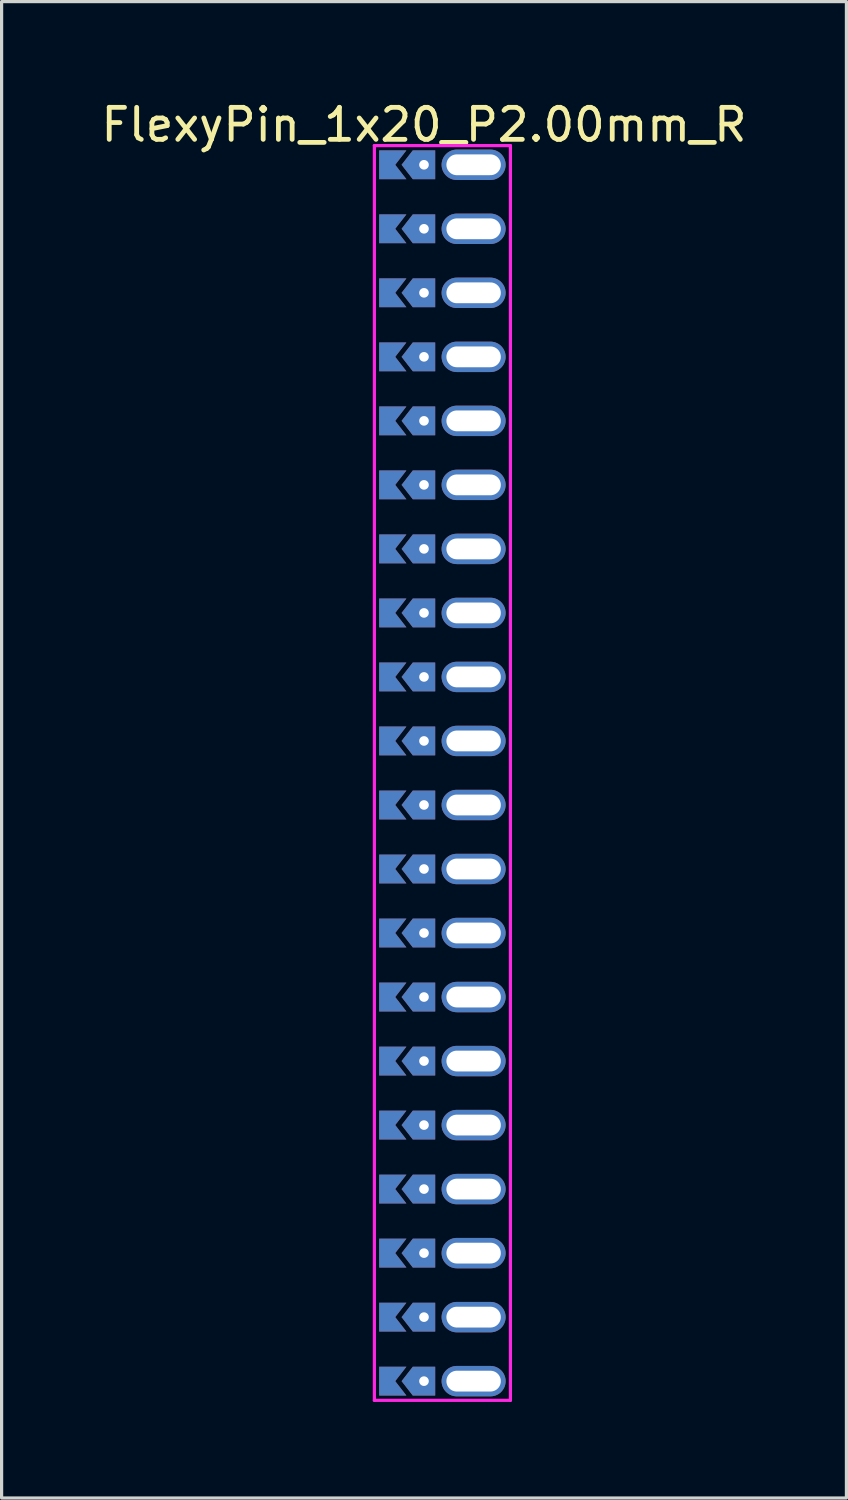
<source format=kicad_pcb>
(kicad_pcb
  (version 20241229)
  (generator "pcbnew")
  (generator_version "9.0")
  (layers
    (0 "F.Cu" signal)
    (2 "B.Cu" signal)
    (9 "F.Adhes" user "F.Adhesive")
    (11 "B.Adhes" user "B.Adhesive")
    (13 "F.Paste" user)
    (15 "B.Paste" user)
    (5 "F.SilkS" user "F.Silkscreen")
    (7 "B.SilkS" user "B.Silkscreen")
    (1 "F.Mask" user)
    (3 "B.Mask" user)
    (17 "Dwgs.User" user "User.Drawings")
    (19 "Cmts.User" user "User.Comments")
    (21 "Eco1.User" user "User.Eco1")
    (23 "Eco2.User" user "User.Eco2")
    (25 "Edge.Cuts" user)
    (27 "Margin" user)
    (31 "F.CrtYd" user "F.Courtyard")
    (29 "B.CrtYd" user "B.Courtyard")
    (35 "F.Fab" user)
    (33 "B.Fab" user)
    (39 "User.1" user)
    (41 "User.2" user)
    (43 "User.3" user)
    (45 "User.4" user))
  (footprint "FlexyPin_1x20_P2.00mm_R"
    (layer "F.Cu")
    (at 10.196 2.098)
    (property "Reference" "FlexyPin_1x20_P2.00mm_R" (at 0 -1.25 0) (layer "F.SilkS") (effects (font (size 1 1) (thickness 0.15))))
    (attr through_hole)
    (fp_line (start -1.55 -0.6) (end 2.7 -0.6) (stroke (width 0.1) (type solid)) (layer "F.CrtYd"))
    (fp_line (start -1.55 38.6) (end -1.55 -0.6) (stroke (width 0.1) (type solid)) (layer "F.CrtYd"))
    (fp_line (start 2.7 -0.6) (end 2.7 38.6) (stroke (width 0.1) (type solid)) (layer "F.CrtYd"))
    (fp_line (start 2.7 38.6) (end -1.55 38.6) (stroke (width 0.1) (type solid)) (layer "F.CrtYd"))
    (pad "" thru_hole custom (at 0 0) (size 0.3 0.3) (drill 0.6) (layers "*.Cu" "*.Mask") (options (anchor rect)) (primitives (gr_poly (pts (xy 0.35 0.45) (xy 0.35 -0.45) (xy -0.35 -0.45) (xy -0.7 0) (xy -0.35 0.45)) (width 0) (fill yes))))
    (pad "" thru_hole custom (at 0 2) (size 0.3 0.3) (drill 0.6) (layers "*.Cu" "*.Mask") (options (anchor rect)) (primitives (gr_poly (pts (xy 0.35 0.45) (xy 0.35 -0.45) (xy -0.35 -0.45) (xy -0.7 0) (xy -0.35 0.45)) (width 0) (fill yes))))
    (pad "" thru_hole custom (at 0 4) (size 0.3 0.3) (drill 0.6) (layers "*.Cu" "*.Mask") (options (anchor rect)) (primitives (gr_poly (pts (xy 0.35 0.45) (xy 0.35 -0.45) (xy -0.35 -0.45) (xy -0.7 0) (xy -0.35 0.45)) (width 0) (fill yes))))
    (pad "" thru_hole custom (at 0 6) (size 0.3 0.3) (drill 0.6) (layers "*.Cu" "*.Mask") (options (anchor rect)) (primitives (gr_poly (pts (xy 0.35 0.45) (xy 0.35 -0.45) (xy -0.35 -0.45) (xy -0.7 0) (xy -0.35 0.45)) (width 0) (fill yes))))
    (pad "" thru_hole custom (at 0 8) (size 0.3 0.3) (drill 0.6) (layers "*.Cu" "*.Mask") (options (anchor rect)) (primitives (gr_poly (pts (xy 0.35 0.45) (xy 0.35 -0.45) (xy -0.35 -0.45) (xy -0.7 0) (xy -0.35 0.45)) (width 0) (fill yes))))
    (pad "" thru_hole custom (at 0 10) (size 0.3 0.3) (drill 0.6) (layers "*.Cu" "*.Mask") (options (anchor rect)) (primitives (gr_poly (pts (xy 0.35 0.45) (xy 0.35 -0.45) (xy -0.35 -0.45) (xy -0.7 0) (xy -0.35 0.45)) (width 0) (fill yes))))
    (pad "" thru_hole custom (at 0 12) (size 0.3 0.3) (drill 0.6) (layers "*.Cu" "*.Mask") (options (anchor rect)) (primitives (gr_poly (pts (xy 0.35 0.45) (xy 0.35 -0.45) (xy -0.35 -0.45) (xy -0.7 0) (xy -0.35 0.45)) (width 0) (fill yes))))
    (pad "" thru_hole custom (at 0 14) (size 0.3 0.3) (drill 0.6) (layers "*.Cu" "*.Mask") (options (anchor rect)) (primitives (gr_poly (pts (xy 0.35 0.45) (xy 0.35 -0.45) (xy -0.35 -0.45) (xy -0.7 0) (xy -0.35 0.45)) (width 0) (fill yes))))
    (pad "" thru_hole custom (at 0 16) (size 0.3 0.3) (drill 0.6) (layers "*.Cu" "*.Mask") (options (anchor rect)) (primitives (gr_poly (pts (xy 0.35 0.45) (xy 0.35 -0.45) (xy -0.35 -0.45) (xy -0.7 0) (xy -0.35 0.45)) (width 0) (fill yes))))
    (pad "" thru_hole custom (at 0 18) (size 0.3 0.3) (drill 0.6) (layers "*.Cu" "*.Mask") (options (anchor rect)) (primitives (gr_poly (pts (xy 0.35 0.45) (xy 0.35 -0.45) (xy -0.35 -0.45) (xy -0.7 0) (xy -0.35 0.45)) (width 0) (fill yes))))
    (pad "" thru_hole custom (at 0 20) (size 0.3 0.3) (drill 0.6) (layers "*.Cu" "*.Mask") (options (anchor rect)) (primitives (gr_poly (pts (xy 0.35 0.45) (xy 0.35 -0.45) (xy -0.35 -0.45) (xy -0.7 0) (xy -0.35 0.45)) (width 0) (fill yes))))
    (pad "" thru_hole custom (at 0 22) (size 0.3 0.3) (drill 0.6) (layers "*.Cu" "*.Mask") (options (anchor rect)) (primitives (gr_poly (pts (xy 0.35 0.45) (xy 0.35 -0.45) (xy -0.35 -0.45) (xy -0.7 0) (xy -0.35 0.45)) (width 0) (fill yes))))
    (pad "" thru_hole custom (at 0 24) (size 0.3 0.3) (drill 0.6) (layers "*.Cu" "*.Mask") (options (anchor rect)) (primitives (gr_poly (pts (xy 0.35 0.45) (xy 0.35 -0.45) (xy -0.35 -0.45) (xy -0.7 0) (xy -0.35 0.45)) (width 0) (fill yes))))
    (pad "" thru_hole custom (at 0 26) (size 0.3 0.3) (drill 0.6) (layers "*.Cu" "*.Mask") (options (anchor rect)) (primitives (gr_poly (pts (xy 0.35 0.45) (xy 0.35 -0.45) (xy -0.35 -0.45) (xy -0.7 0) (xy -0.35 0.45)) (width 0) (fill yes))))
    (pad "" thru_hole custom (at 0 28) (size 0.3 0.3) (drill 0.6) (layers "*.Cu" "*.Mask") (options (anchor rect)) (primitives (gr_poly (pts (xy 0.35 0.45) (xy 0.35 -0.45) (xy -0.35 -0.45) (xy -0.7 0) (xy -0.35 0.45)) (width 0) (fill yes))))
    (pad "" thru_hole custom (at 0 30) (size 0.3 0.3) (drill 0.6) (layers "*.Cu" "*.Mask") (options (anchor rect)) (primitives (gr_poly (pts (xy 0.35 0.45) (xy 0.35 -0.45) (xy -0.35 -0.45) (xy -0.7 0) (xy -0.35 0.45)) (width 0) (fill yes))))
    (pad "" thru_hole custom (at 0 32) (size 0.3 0.3) (drill 0.6) (layers "*.Cu" "*.Mask") (options (anchor rect)) (primitives (gr_poly (pts (xy 0.35 0.45) (xy 0.35 -0.45) (xy -0.35 -0.45) (xy -0.7 0) (xy -0.35 0.45)) (width 0) (fill yes))))
    (pad "" thru_hole custom (at 0 34) (size 0.3 0.3) (drill 0.6) (layers "*.Cu" "*.Mask") (options (anchor rect)) (primitives (gr_poly (pts (xy 0.35 0.45) (xy 0.35 -0.45) (xy -0.35 -0.45) (xy -0.7 0) (xy -0.35 0.45)) (width 0) (fill yes))))
    (pad "" thru_hole custom (at 0 36) (size 0.3 0.3) (drill 0.6) (layers "*.Cu" "*.Mask") (options (anchor rect)) (primitives (gr_poly (pts (xy 0.35 0.45) (xy 0.35 -0.45) (xy -0.35 -0.45) (xy -0.7 0) (xy -0.35 0.45)) (width 0) (fill yes))))
    (pad "" thru_hole custom (at 0 38) (size 0.3 0.3) (drill 0.6) (layers "*.Cu" "*.Mask") (options (anchor rect)) (primitives (gr_poly (pts (xy 0.35 0.45) (xy 0.35 -0.45) (xy -0.35 -0.45) (xy -0.7 0) (xy -0.35 0.45)) (width 0) (fill yes))))
    (pad "" thru_hole oval (at 1.55 0) (size 2 0.95) (drill oval 1.7 0.65) (layers "*.Cu" "*.Mask"))
    (pad "" thru_hole oval (at 1.55 2) (size 2 0.95) (drill oval 1.7 0.65) (layers "*.Cu" "*.Mask"))
    (pad "" thru_hole oval (at 1.55 4) (size 2 0.95) (drill oval 1.7 0.65) (layers "*.Cu" "*.Mask"))
    (pad "" thru_hole oval (at 1.55 6) (size 2 0.95) (drill oval 1.7 0.65) (layers "*.Cu" "*.Mask"))
    (pad "" thru_hole oval (at 1.55 8) (size 2 0.95) (drill oval 1.7 0.65) (layers "*.Cu" "*.Mask"))
    (pad "" thru_hole oval (at 1.55 10) (size 2 0.95) (drill oval 1.7 0.65) (layers "*.Cu" "*.Mask"))
    (pad "" thru_hole oval (at 1.55 12) (size 2 0.95) (drill oval 1.7 0.65) (layers "*.Cu" "*.Mask"))
    (pad "" thru_hole oval (at 1.55 14) (size 2 0.95) (drill oval 1.7 0.65) (layers "*.Cu" "*.Mask"))
    (pad "" thru_hole oval (at 1.55 16) (size 2 0.95) (drill oval 1.7 0.65) (layers "*.Cu" "*.Mask"))
    (pad "" thru_hole oval (at 1.55 18) (size 2 0.95) (drill oval 1.7 0.65) (layers "*.Cu" "*.Mask"))
    (pad "" thru_hole oval (at 1.55 20) (size 2 0.95) (drill oval 1.7 0.65) (layers "*.Cu" "*.Mask"))
    (pad "" thru_hole oval (at 1.55 22) (size 2 0.95) (drill oval 1.7 0.65) (layers "*.Cu" "*.Mask"))
    (pad "" thru_hole oval (at 1.55 24) (size 2 0.95) (drill oval 1.7 0.65) (layers "*.Cu" "*.Mask"))
    (pad "" thru_hole oval (at 1.55 26) (size 2 0.95) (drill oval 1.7 0.65) (layers "*.Cu" "*.Mask"))
    (pad "" thru_hole oval (at 1.55 28) (size 2 0.95) (drill oval 1.7 0.65) (layers "*.Cu" "*.Mask"))
    (pad "" thru_hole oval (at 1.55 30) (size 2 0.95) (drill oval 1.7 0.65) (layers "*.Cu" "*.Mask"))
    (pad "" thru_hole oval (at 1.55 32) (size 2 0.95) (drill oval 1.7 0.65) (layers "*.Cu" "*.Mask"))
    (pad "" thru_hole oval (at 1.55 34) (size 2 0.95) (drill oval 1.7 0.65) (layers "*.Cu" "*.Mask"))
    (pad "" thru_hole oval (at 1.55 36) (size 2 0.95) (drill oval 1.7 0.65) (layers "*.Cu" "*.Mask"))
    (pad "" thru_hole oval (at 1.55 38) (size 2 0.95) (drill oval 1.7 0.65) (layers "*.Cu" "*.Mask"))
    (pad "1" smd custom (at -0.9 0) (size 0.01 0.01) (layers "F.Cu" "F.Mask") (options (anchor rect)) (primitives (gr_poly (pts (xy 0 0) (xy 0.35 0.45) (xy -0.5 0.45) (xy -0.5 -0.45) (xy 0.35 -0.45)) (width 0) (fill yes))))
    (pad "1" smd custom (at -0.9 2) (size 0.01 0.01) (layers "F.Cu" "F.Mask") (options (anchor rect)) (primitives (gr_poly (pts (xy 0 0) (xy 0.35 0.45) (xy -0.5 0.45) (xy -0.5 -0.45) (xy 0.35 -0.45)) (width 0) (fill yes))))
    (pad "1" smd custom (at -0.9 4) (size 0.01 0.01) (layers "F.Cu" "F.Mask") (options (anchor rect)) (primitives (gr_poly (pts (xy 0 0) (xy 0.35 0.45) (xy -0.5 0.45) (xy -0.5 -0.45) (xy 0.35 -0.45)) (width 0) (fill yes))))
    (pad "1" smd custom (at -0.9 6) (size 0.01 0.01) (layers "F.Cu" "F.Mask") (options (anchor rect)) (primitives (gr_poly (pts (xy 0 0) (xy 0.35 0.45) (xy -0.5 0.45) (xy -0.5 -0.45) (xy 0.35 -0.45)) (width 0) (fill yes))))
    (pad "1" smd custom (at -0.9 8) (size 0.01 0.01) (layers "F.Cu" "F.Mask") (options (anchor rect)) (primitives (gr_poly (pts (xy 0 0) (xy 0.35 0.45) (xy -0.5 0.45) (xy -0.5 -0.45) (xy 0.35 -0.45)) (width 0) (fill yes))))
    (pad "1" smd custom (at -0.9 10) (size 0.01 0.01) (layers "F.Cu" "F.Mask") (options (anchor rect)) (primitives (gr_poly (pts (xy 0 0) (xy 0.35 0.45) (xy -0.5 0.45) (xy -0.5 -0.45) (xy 0.35 -0.45)) (width 0) (fill yes))))
    (pad "1" smd custom (at -0.9 12) (size 0.01 0.01) (layers "F.Cu" "F.Mask") (options (anchor rect)) (primitives (gr_poly (pts (xy 0 0) (xy 0.35 0.45) (xy -0.5 0.45) (xy -0.5 -0.45) (xy 0.35 -0.45)) (width 0) (fill yes))))
    (pad "1" smd custom (at -0.9 14) (size 0.01 0.01) (layers "F.Cu" "F.Mask") (options (anchor rect)) (primitives (gr_poly (pts (xy 0 0) (xy 0.35 0.45) (xy -0.5 0.45) (xy -0.5 -0.45) (xy 0.35 -0.45)) (width 0) (fill yes))))
    (pad "1" smd custom (at -0.9 16) (size 0.01 0.01) (layers "F.Cu" "F.Mask") (options (anchor rect)) (primitives (gr_poly (pts (xy 0 0) (xy 0.35 0.45) (xy -0.5 0.45) (xy -0.5 -0.45) (xy 0.35 -0.45)) (width 0) (fill yes))))
    (pad "1" smd custom (at -0.9 18) (size 0.01 0.01) (layers "F.Cu" "F.Mask") (options (anchor rect)) (primitives (gr_poly (pts (xy 0 0) (xy 0.35 0.45) (xy -0.5 0.45) (xy -0.5 -0.45) (xy 0.35 -0.45)) (width 0) (fill yes))))
    (pad "1" smd custom (at -0.9 20) (size 0.01 0.01) (layers "F.Cu" "F.Mask") (options (anchor rect)) (primitives (gr_poly (pts (xy 0 0) (xy 0.35 0.45) (xy -0.5 0.45) (xy -0.5 -0.45) (xy 0.35 -0.45)) (width 0) (fill yes))))
    (pad "1" smd custom (at -0.9 22) (size 0.01 0.01) (layers "F.Cu" "F.Mask") (options (anchor rect)) (primitives (gr_poly (pts (xy 0 0) (xy 0.35 0.45) (xy -0.5 0.45) (xy -0.5 -0.45) (xy 0.35 -0.45)) (width 0) (fill yes))))
    (pad "1" smd custom (at -0.9 24) (size 0.01 0.01) (layers "F.Cu" "F.Mask") (options (anchor rect)) (primitives (gr_poly (pts (xy 0 0) (xy 0.35 0.45) (xy -0.5 0.45) (xy -0.5 -0.45) (xy 0.35 -0.45)) (width 0) (fill yes))))
    (pad "1" smd custom (at -0.9 26) (size 0.01 0.01) (layers "F.Cu" "F.Mask") (options (anchor rect)) (primitives (gr_poly (pts (xy 0 0) (xy 0.35 0.45) (xy -0.5 0.45) (xy -0.5 -0.45) (xy 0.35 -0.45)) (width 0) (fill yes))))
    (pad "1" smd custom (at -0.9 28) (size 0.01 0.01) (layers "F.Cu" "F.Mask") (options (anchor rect)) (primitives (gr_poly (pts (xy 0 0) (xy 0.35 0.45) (xy -0.5 0.45) (xy -0.5 -0.45) (xy 0.35 -0.45)) (width 0) (fill yes))))
    (pad "1" smd custom (at -0.9 30) (size 0.01 0.01) (layers "F.Cu" "F.Mask") (options (anchor rect)) (primitives (gr_poly (pts (xy 0 0) (xy 0.35 0.45) (xy -0.5 0.45) (xy -0.5 -0.45) (xy 0.35 -0.45)) (width 0) (fill yes))))
    (pad "1" smd custom (at -0.9 32) (size 0.01 0.01) (layers "F.Cu" "F.Mask") (options (anchor rect)) (primitives (gr_poly (pts (xy 0 0) (xy 0.35 0.45) (xy -0.5 0.45) (xy -0.5 -0.45) (xy 0.35 -0.45)) (width 0) (fill yes))))
    (pad "1" smd custom (at -0.9 34) (size 0.01 0.01) (layers "F.Cu" "F.Mask") (options (anchor rect)) (primitives (gr_poly (pts (xy 0 0) (xy 0.35 0.45) (xy -0.5 0.45) (xy -0.5 -0.45) (xy 0.35 -0.45)) (width 0) (fill yes))))
    (pad "1" smd custom (at -0.9 36) (size 0.01 0.01) (layers "F.Cu" "F.Mask") (options (anchor rect)) (primitives (gr_poly (pts (xy 0 0) (xy 0.35 0.45) (xy -0.5 0.45) (xy -0.5 -0.45) (xy 0.35 -0.45)) (width 0) (fill yes))))
    (pad "1" smd custom (at -0.9 38) (size 0.01 0.01) (layers "F.Cu" "F.Mask") (options (anchor rect)) (primitives (gr_poly (pts (xy 0 0) (xy 0.35 0.45) (xy -0.5 0.45) (xy -0.5 -0.45) (xy 0.35 -0.45)) (width 0) (fill yes))))
    (pad "2" smd custom (at -0.9 0) (size 0.01 0.01) (layers "B.Cu" "B.Mask") (options (anchor rect)) (primitives (gr_poly (pts (xy 0 0) (xy 0.35 0.45) (xy -0.5 0.45) (xy -0.5 -0.45) (xy 0.35 -0.45)) (width 0) (fill yes))))
    (pad "2" smd custom (at -0.9 2) (size 0.01 0.01) (layers "B.Cu" "B.Mask") (options (anchor rect)) (primitives (gr_poly (pts (xy 0 0) (xy 0.35 0.45) (xy -0.5 0.45) (xy -0.5 -0.45) (xy 0.35 -0.45)) (width 0) (fill yes))))
    (pad "2" smd custom (at -0.9 4) (size 0.01 0.01) (layers "B.Cu" "B.Mask") (options (anchor rect)) (primitives (gr_poly (pts (xy 0 0) (xy 0.35 0.45) (xy -0.5 0.45) (xy -0.5 -0.45) (xy 0.35 -0.45)) (width 0) (fill yes))))
    (pad "2" smd custom (at -0.9 6) (size 0.01 0.01) (layers "B.Cu" "B.Mask") (options (anchor rect)) (primitives (gr_poly (pts (xy 0 0) (xy 0.35 0.45) (xy -0.5 0.45) (xy -0.5 -0.45) (xy 0.35 -0.45)) (width 0) (fill yes))))
    (pad "2" smd custom (at -0.9 8) (size 0.01 0.01) (layers "B.Cu" "B.Mask") (options (anchor rect)) (primitives (gr_poly (pts (xy 0 0) (xy 0.35 0.45) (xy -0.5 0.45) (xy -0.5 -0.45) (xy 0.35 -0.45)) (width 0) (fill yes))))
    (pad "2" smd custom (at -0.9 10) (size 0.01 0.01) (layers "B.Cu" "B.Mask") (options (anchor rect)) (primitives (gr_poly (pts (xy 0 0) (xy 0.35 0.45) (xy -0.5 0.45) (xy -0.5 -0.45) (xy 0.35 -0.45)) (width 0) (fill yes))))
    (pad "2" smd custom (at -0.9 12) (size 0.01 0.01) (layers "B.Cu" "B.Mask") (options (anchor rect)) (primitives (gr_poly (pts (xy 0 0) (xy 0.35 0.45) (xy -0.5 0.45) (xy -0.5 -0.45) (xy 0.35 -0.45)) (width 0) (fill yes))))
    (pad "2" smd custom (at -0.9 14) (size 0.01 0.01) (layers "B.Cu" "B.Mask") (options (anchor rect)) (primitives (gr_poly (pts (xy 0 0) (xy 0.35 0.45) (xy -0.5 0.45) (xy -0.5 -0.45) (xy 0.35 -0.45)) (width 0) (fill yes))))
    (pad "2" smd custom (at -0.9 16) (size 0.01 0.01) (layers "B.Cu" "B.Mask") (options (anchor rect)) (primitives (gr_poly (pts (xy 0 0) (xy 0.35 0.45) (xy -0.5 0.45) (xy -0.5 -0.45) (xy 0.35 -0.45)) (width 0) (fill yes))))
    (pad "2" smd custom (at -0.9 18) (size 0.01 0.01) (layers "B.Cu" "B.Mask") (options (anchor rect)) (primitives (gr_poly (pts (xy 0 0) (xy 0.35 0.45) (xy -0.5 0.45) (xy -0.5 -0.45) (xy 0.35 -0.45)) (width 0) (fill yes))))
    (pad "2" smd custom (at -0.9 20) (size 0.01 0.01) (layers "B.Cu" "B.Mask") (options (anchor rect)) (primitives (gr_poly (pts (xy 0 0) (xy 0.35 0.45) (xy -0.5 0.45) (xy -0.5 -0.45) (xy 0.35 -0.45)) (width 0) (fill yes))))
    (pad "2" smd custom (at -0.9 22) (size 0.01 0.01) (layers "B.Cu" "B.Mask") (options (anchor rect)) (primitives (gr_poly (pts (xy 0 0) (xy 0.35 0.45) (xy -0.5 0.45) (xy -0.5 -0.45) (xy 0.35 -0.45)) (width 0) (fill yes))))
    (pad "2" smd custom (at -0.9 24) (size 0.01 0.01) (layers "B.Cu" "B.Mask") (options (anchor rect)) (primitives (gr_poly (pts (xy 0 0) (xy 0.35 0.45) (xy -0.5 0.45) (xy -0.5 -0.45) (xy 0.35 -0.45)) (width 0) (fill yes))))
    (pad "2" smd custom (at -0.9 26) (size 0.01 0.01) (layers "B.Cu" "B.Mask") (options (anchor rect)) (primitives (gr_poly (pts (xy 0 0) (xy 0.35 0.45) (xy -0.5 0.45) (xy -0.5 -0.45) (xy 0.35 -0.45)) (width 0) (fill yes))))
    (pad "2" smd custom (at -0.9 28) (size 0.01 0.01) (layers "B.Cu" "B.Mask") (options (anchor rect)) (primitives (gr_poly (pts (xy 0 0) (xy 0.35 0.45) (xy -0.5 0.45) (xy -0.5 -0.45) (xy 0.35 -0.45)) (width 0) (fill yes))))
    (pad "2" smd custom (at -0.9 30) (size 0.01 0.01) (layers "B.Cu" "B.Mask") (options (anchor rect)) (primitives (gr_poly (pts (xy 0 0) (xy 0.35 0.45) (xy -0.5 0.45) (xy -0.5 -0.45) (xy 0.35 -0.45)) (width 0) (fill yes))))
    (pad "2" smd custom (at -0.9 32) (size 0.01 0.01) (layers "B.Cu" "B.Mask") (options (anchor rect)) (primitives (gr_poly (pts (xy 0 0) (xy 0.35 0.45) (xy -0.5 0.45) (xy -0.5 -0.45) (xy 0.35 -0.45)) (width 0) (fill yes))))
    (pad "2" smd custom (at -0.9 34) (size 0.01 0.01) (layers "B.Cu" "B.Mask") (options (anchor rect)) (primitives (gr_poly (pts (xy 0 0) (xy 0.35 0.45) (xy -0.5 0.45) (xy -0.5 -0.45) (xy 0.35 -0.45)) (width 0) (fill yes))))
    (pad "2" smd custom (at -0.9 36) (size 0.01 0.01) (layers "B.Cu" "B.Mask") (options (anchor rect)) (primitives (gr_poly (pts (xy 0 0) (xy 0.35 0.45) (xy -0.5 0.45) (xy -0.5 -0.45) (xy 0.35 -0.45)) (width 0) (fill yes))))
    (pad "2" smd custom (at -0.9 38) (size 0.01 0.01) (layers "B.Cu" "B.Mask") (options (anchor rect)) (primitives (gr_poly (pts (xy 0 0) (xy 0.35 0.45) (xy -0.5 0.45) (xy -0.5 -0.45) (xy 0.35 -0.45)) (width 0) (fill yes)))))
  (gr_rect
    (start -3 -3)
    (end 23.393 43.748)
    (stroke (width 0.1) (type default))
    (fill no)
    (layer "Edge.Cuts")))
</source>
